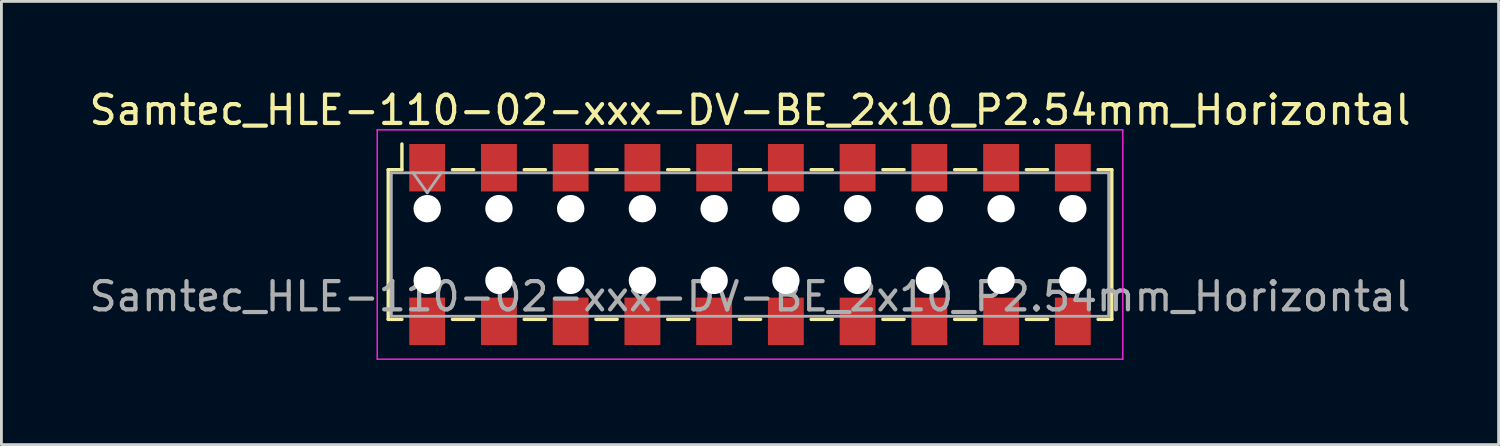
<source format=kicad_pcb>
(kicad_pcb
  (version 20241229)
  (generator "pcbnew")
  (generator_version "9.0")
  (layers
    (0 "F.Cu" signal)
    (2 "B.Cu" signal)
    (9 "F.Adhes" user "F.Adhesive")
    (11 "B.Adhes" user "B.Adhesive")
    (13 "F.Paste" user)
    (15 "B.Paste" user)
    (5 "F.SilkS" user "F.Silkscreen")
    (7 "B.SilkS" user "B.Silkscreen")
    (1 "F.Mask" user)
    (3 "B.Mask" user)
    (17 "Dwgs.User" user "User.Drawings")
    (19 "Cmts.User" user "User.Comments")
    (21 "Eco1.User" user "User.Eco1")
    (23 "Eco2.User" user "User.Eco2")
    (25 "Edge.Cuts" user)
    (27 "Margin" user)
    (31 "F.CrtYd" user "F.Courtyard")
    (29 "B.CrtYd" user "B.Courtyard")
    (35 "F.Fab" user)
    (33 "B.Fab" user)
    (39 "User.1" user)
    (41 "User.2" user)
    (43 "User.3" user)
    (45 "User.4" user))
  (footprint "Samtec_HLE-110-02-xxx-DV-BE_2x10_P2.54mm_Horizontal"
    (layer "F.Cu")
    (at 23.506 5.608)
    (property "Reference" "Samtec_HLE-110-02-xxx-DV-BE_2x10_P2.54mm_Horizontal" (at 0 -4.76 0) (layer "F.SilkS") (effects (font (size 1 1) (thickness 0.15))))
    (attr smd)
    (fp_line (start -12.81 -2.65) (end -12.81 2.65) (stroke (width 0.12) (type solid)) (layer "F.SilkS"))
    (fp_line (start -12.81 2.65) (end -12.325 2.65) (stroke (width 0.12) (type solid)) (layer "F.SilkS"))
    (fp_line (start -12.325 -3.56) (end -12.325 -2.65) (stroke (width 0.12) (type solid)) (layer "F.SilkS"))
    (fp_line (start -12.325 -2.65) (end -12.81 -2.65) (stroke (width 0.12) (type solid)) (layer "F.SilkS"))
    (fp_line (start -10.535 -2.65) (end -9.785 -2.65) (stroke (width 0.12) (type solid)) (layer "F.SilkS"))
    (fp_line (start -10.535 2.65) (end -9.785 2.65) (stroke (width 0.12) (type solid)) (layer "F.SilkS"))
    (fp_line (start -7.995 -2.65) (end -7.245 -2.65) (stroke (width 0.12) (type solid)) (layer "F.SilkS"))
    (fp_line (start -7.995 2.65) (end -7.245 2.65) (stroke (width 0.12) (type solid)) (layer "F.SilkS"))
    (fp_line (start -5.455 -2.65) (end -4.705 -2.65) (stroke (width 0.12) (type solid)) (layer "F.SilkS"))
    (fp_line (start -5.455 2.65) (end -4.705 2.65) (stroke (width 0.12) (type solid)) (layer "F.SilkS"))
    (fp_line (start -2.915 -2.65) (end -2.165 -2.65) (stroke (width 0.12) (type solid)) (layer "F.SilkS"))
    (fp_line (start -2.915 2.65) (end -2.165 2.65) (stroke (width 0.12) (type solid)) (layer "F.SilkS"))
    (fp_line (start -0.375 -2.65) (end 0.375 -2.65) (stroke (width 0.12) (type solid)) (layer "F.SilkS"))
    (fp_line (start -0.375 2.65) (end 0.375 2.65) (stroke (width 0.12) (type solid)) (layer "F.SilkS"))
    (fp_line (start 2.165 -2.65) (end 2.915 -2.65) (stroke (width 0.12) (type solid)) (layer "F.SilkS"))
    (fp_line (start 2.165 2.65) (end 2.915 2.65) (stroke (width 0.12) (type solid)) (layer "F.SilkS"))
    (fp_line (start 4.705 -2.65) (end 5.455 -2.65) (stroke (width 0.12) (type solid)) (layer "F.SilkS"))
    (fp_line (start 4.705 2.65) (end 5.455 2.65) (stroke (width 0.12) (type solid)) (layer "F.SilkS"))
    (fp_line (start 7.245 -2.65) (end 7.995 -2.65) (stroke (width 0.12) (type solid)) (layer "F.SilkS"))
    (fp_line (start 7.245 2.65) (end 7.995 2.65) (stroke (width 0.12) (type solid)) (layer "F.SilkS"))
    (fp_line (start 9.785 -2.65) (end 10.535 -2.65) (stroke (width 0.12) (type solid)) (layer "F.SilkS"))
    (fp_line (start 9.785 2.65) (end 10.535 2.65) (stroke (width 0.12) (type solid)) (layer "F.SilkS"))
    (fp_line (start 12.325 -2.65) (end 12.81 -2.65) (stroke (width 0.12) (type solid)) (layer "F.SilkS"))
    (fp_line (start 12.81 -2.65) (end 12.81 2.65) (stroke (width 0.12) (type solid)) (layer "F.SilkS"))
    (fp_line (start 12.81 2.65) (end 12.325 2.65) (stroke (width 0.12) (type solid)) (layer "F.SilkS"))
    (fp_line (start -13.2 -4.06) (end 13.2 -4.06) (stroke (width 0.05) (type solid)) (layer "F.CrtYd"))
    (fp_line (start -13.2 4.06) (end -13.2 -4.06) (stroke (width 0.05) (type solid)) (layer "F.CrtYd"))
    (fp_line (start 13.2 -4.06) (end 13.2 4.06) (stroke (width 0.05) (type solid)) (layer "F.CrtYd"))
    (fp_line (start 13.2 4.06) (end -13.2 4.06) (stroke (width 0.05) (type solid)) (layer "F.CrtYd"))
    (fp_line (start -12.7 -2.54) (end 12.7 -2.54) (stroke (width 0.1) (type solid)) (layer "F.Fab"))
    (fp_line (start -12.7 2.54) (end -12.7 -2.54) (stroke (width 0.1) (type solid)) (layer "F.Fab"))
    (fp_line (start -11.93 -2.54) (end -11.43 -1.833) (stroke (width 0.1) (type solid)) (layer "F.Fab"))
    (fp_line (start -11.43 -1.833) (end -10.93 -2.54) (stroke (width 0.1) (type solid)) (layer "F.Fab"))
    (fp_line (start 12.7 -2.54) (end 12.7 2.54) (stroke (width 0.1) (type solid)) (layer "F.Fab"))
    (fp_line (start 12.7 2.54) (end -12.7 2.54) (stroke (width 0.1) (type solid)) (layer "F.Fab"))
    (fp_text user "${REFERENCE}" (at 0 1.84 0) (layer "F.Fab") (effects (font (size 1 1) (thickness 0.15))))
    (pad "" np_thru_hole circle (at -11.43 -1.27) (size 0.97 0.97) (drill 0.97) (layers "*.Cu" "*.Mask"))
    (pad "" np_thru_hole circle (at -11.43 1.27) (size 0.97 0.97) (drill 0.97) (layers "*.Cu" "*.Mask"))
    (pad "" np_thru_hole circle (at -8.89 -1.27) (size 0.97 0.97) (drill 0.97) (layers "*.Cu" "*.Mask"))
    (pad "" np_thru_hole circle (at -8.89 1.27) (size 0.97 0.97) (drill 0.97) (layers "*.Cu" "*.Mask"))
    (pad "" np_thru_hole circle (at -6.35 -1.27) (size 0.97 0.97) (drill 0.97) (layers "*.Cu" "*.Mask"))
    (pad "" np_thru_hole circle (at -6.35 1.27) (size 0.97 0.97) (drill 0.97) (layers "*.Cu" "*.Mask"))
    (pad "" np_thru_hole circle (at -3.81 -1.27) (size 0.97 0.97) (drill 0.97) (layers "*.Cu" "*.Mask"))
    (pad "" np_thru_hole circle (at -3.81 1.27) (size 0.97 0.97) (drill 0.97) (layers "*.Cu" "*.Mask"))
    (pad "" np_thru_hole circle (at -1.27 -1.27) (size 0.97 0.97) (drill 0.97) (layers "*.Cu" "*.Mask"))
    (pad "" np_thru_hole circle (at -1.27 1.27) (size 0.97 0.97) (drill 0.97) (layers "*.Cu" "*.Mask"))
    (pad "" np_thru_hole circle (at 1.27 -1.27) (size 0.97 0.97) (drill 0.97) (layers "*.Cu" "*.Mask"))
    (pad "" np_thru_hole circle (at 1.27 1.27) (size 0.97 0.97) (drill 0.97) (layers "*.Cu" "*.Mask"))
    (pad "" np_thru_hole circle (at 3.81 -1.27) (size 0.97 0.97) (drill 0.97) (layers "*.Cu" "*.Mask"))
    (pad "" np_thru_hole circle (at 3.81 1.27) (size 0.97 0.97) (drill 0.97) (layers "*.Cu" "*.Mask"))
    (pad "" np_thru_hole circle (at 6.35 -1.27) (size 0.97 0.97) (drill 0.97) (layers "*.Cu" "*.Mask"))
    (pad "" np_thru_hole circle (at 6.35 1.27) (size 0.97 0.97) (drill 0.97) (layers "*.Cu" "*.Mask"))
    (pad "" np_thru_hole circle (at 8.89 -1.27) (size 0.97 0.97) (drill 0.97) (layers "*.Cu" "*.Mask"))
    (pad "" np_thru_hole circle (at 8.89 1.27) (size 0.97 0.97) (drill 0.97) (layers "*.Cu" "*.Mask"))
    (pad "" np_thru_hole circle (at 11.43 -1.27) (size 0.97 0.97) (drill 0.97) (layers "*.Cu" "*.Mask"))
    (pad "" np_thru_hole circle (at 11.43 1.27) (size 0.97 0.97) (drill 0.97) (layers "*.Cu" "*.Mask"))
    (pad "1" smd rect (at -11.43 -2.72) (size 1.27 1.68) (layers "F.Cu" "F.Mask" "F.Paste"))
    (pad "2" smd rect (at -11.43 2.72) (size 1.27 1.68) (layers "F.Cu" "F.Mask" "F.Paste"))
    (pad "3" smd rect (at -8.89 -2.72) (size 1.27 1.68) (layers "F.Cu" "F.Mask" "F.Paste"))
    (pad "4" smd rect (at -8.89 2.72) (size 1.27 1.68) (layers "F.Cu" "F.Mask" "F.Paste"))
    (pad "5" smd rect (at -6.35 -2.72) (size 1.27 1.68) (layers "F.Cu" "F.Mask" "F.Paste"))
    (pad "6" smd rect (at -6.35 2.72) (size 1.27 1.68) (layers "F.Cu" "F.Mask" "F.Paste"))
    (pad "7" smd rect (at -3.81 -2.72) (size 1.27 1.68) (layers "F.Cu" "F.Mask" "F.Paste"))
    (pad "8" smd rect (at -3.81 2.72) (size 1.27 1.68) (layers "F.Cu" "F.Mask" "F.Paste"))
    (pad "9" smd rect (at -1.27 -2.72) (size 1.27 1.68) (layers "F.Cu" "F.Mask" "F.Paste"))
    (pad "10" smd rect (at -1.27 2.72) (size 1.27 1.68) (layers "F.Cu" "F.Mask" "F.Paste"))
    (pad "11" smd rect (at 1.27 -2.72) (size 1.27 1.68) (layers "F.Cu" "F.Mask" "F.Paste"))
    (pad "12" smd rect (at 1.27 2.72) (size 1.27 1.68) (layers "F.Cu" "F.Mask" "F.Paste"))
    (pad "13" smd rect (at 3.81 -2.72) (size 1.27 1.68) (layers "F.Cu" "F.Mask" "F.Paste"))
    (pad "14" smd rect (at 3.81 2.72) (size 1.27 1.68) (layers "F.Cu" "F.Mask" "F.Paste"))
    (pad "15" smd rect (at 6.35 -2.72) (size 1.27 1.68) (layers "F.Cu" "F.Mask" "F.Paste"))
    (pad "16" smd rect (at 6.35 2.72) (size 1.27 1.68) (layers "F.Cu" "F.Mask" "F.Paste"))
    (pad "17" smd rect (at 8.89 -2.72) (size 1.27 1.68) (layers "F.Cu" "F.Mask" "F.Paste"))
    (pad "18" smd rect (at 8.89 2.72) (size 1.27 1.68) (layers "F.Cu" "F.Mask" "F.Paste"))
    (pad "19" smd rect (at 11.43 -2.72) (size 1.27 1.68) (layers "F.Cu" "F.Mask" "F.Paste"))
    (pad "20" smd rect (at 11.43 2.72) (size 1.27 1.68) (layers "F.Cu" "F.Mask" "F.Paste")))
  (gr_rect
    (start -3 -3)
    (end 50.012 12.693)
    (stroke (width 0.1) (type default))
    (fill no)
    (layer "Edge.Cuts")))
</source>
